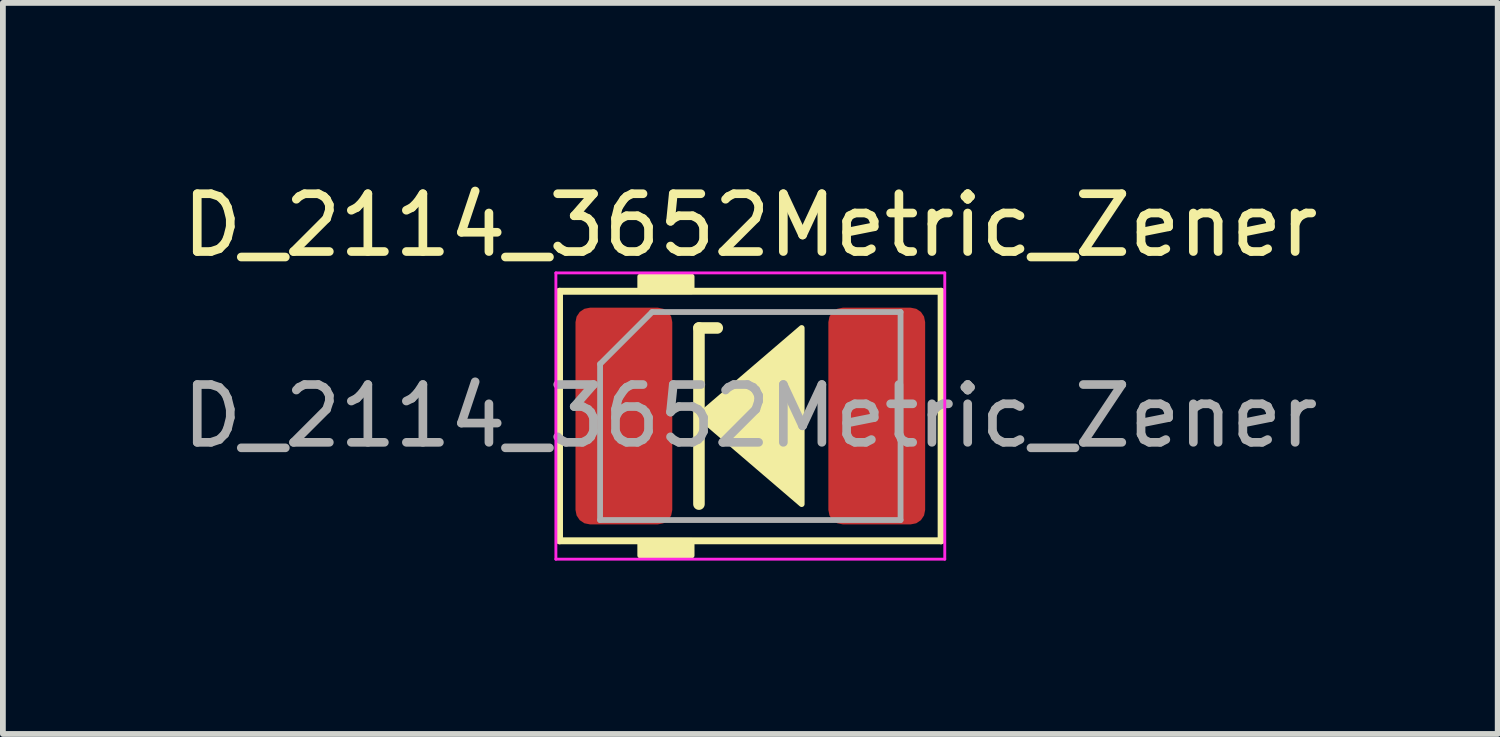
<source format=kicad_pcb>
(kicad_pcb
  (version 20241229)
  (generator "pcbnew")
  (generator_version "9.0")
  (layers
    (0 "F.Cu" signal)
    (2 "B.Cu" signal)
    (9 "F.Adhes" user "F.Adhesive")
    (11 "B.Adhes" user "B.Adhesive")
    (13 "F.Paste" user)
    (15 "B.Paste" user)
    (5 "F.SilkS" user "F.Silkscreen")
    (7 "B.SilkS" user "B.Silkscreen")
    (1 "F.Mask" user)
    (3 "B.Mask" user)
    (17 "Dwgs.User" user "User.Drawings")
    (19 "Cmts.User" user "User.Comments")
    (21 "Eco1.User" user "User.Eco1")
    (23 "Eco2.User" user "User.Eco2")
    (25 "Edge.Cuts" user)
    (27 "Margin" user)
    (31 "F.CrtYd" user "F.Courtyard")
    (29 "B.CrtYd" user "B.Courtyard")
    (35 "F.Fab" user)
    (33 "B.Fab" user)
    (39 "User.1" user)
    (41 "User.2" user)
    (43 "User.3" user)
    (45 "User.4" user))
  (footprint "D_2114_3652Metric_Zener"
    (layer "F.Cu")
    (at 9.935 4.15)
    (property "Reference" "D_2114_3652Metric_Zener" (at 0 -3.302 0) (layer "F.SilkS") (effects (font (size 1 1) (thickness 0.15))))
    (attr smd)
    (fp_line (start -3.302 -2.159) (end -3.302 2.159) (stroke (width 0.12) (type solid)) (layer "F.SilkS"))
    (fp_line (start -3.302 2.159) (end 3.302 2.159) (stroke (width 0.12) (type solid)) (layer "F.SilkS"))
    (fp_line (start -0.889 -1.524) (end -0.889 1.524) (stroke (width 0.2) (type solid)) (layer "F.SilkS"))
    (fp_line (start -0.889 -1.524) (end -0.572 -1.524) (stroke (width 0.2) (type solid)) (layer "F.SilkS"))
    (fp_line (start 3.302 -2.159) (end -3.302 -2.159) (stroke (width 0.12) (type solid)) (layer "F.SilkS"))
    (fp_line (start 3.302 2.159) (end 3.302 -2.159) (stroke (width 0.12) (type solid)) (layer "F.SilkS"))
    (fp_poly (pts (xy 0.889 1.524) (xy -0.889 0) (xy 0.889 -1.524)) (stroke (width 0.1) (type solid)) (fill yes) (layer "F.SilkS"))
    (fp_poly (pts (xy -1.016 -2.159) (xy -1.905 -2.159) (xy -1.905 -2.413) (xy -1.016 -2.413)) (stroke (width 0.1) (type solid)) (fill yes) (layer "F.SilkS"))
    (fp_poly (pts (xy -1.016 2.413) (xy -1.905 2.413) (xy -1.905 2.159) (xy -1.016 2.159)) (stroke (width 0.1) (type solid)) (fill yes) (layer "F.SilkS"))
    (fp_line (start -3.365 -2.477) (end 3.365 -2.477) (stroke (width 0.05) (type solid)) (layer "F.CrtYd"))
    (fp_line (start -3.365 2.477) (end -3.365 -2.477) (stroke (width 0.05) (type solid)) (layer "F.CrtYd"))
    (fp_line (start 3.365 -2.477) (end 3.365 2.477) (stroke (width 0.05) (type solid)) (layer "F.CrtYd"))
    (fp_line (start 3.365 2.477) (end -3.365 2.477) (stroke (width 0.05) (type solid)) (layer "F.CrtYd"))
    (fp_line (start -2.6 -0.9) (end -2.6 1.8) (stroke (width 0.1) (type solid)) (layer "F.Fab"))
    (fp_line (start -2.6 1.8) (end 2.6 1.8) (stroke (width 0.1) (type solid)) (layer "F.Fab"))
    (fp_line (start -1.7 -1.8) (end -2.6 -0.9) (stroke (width 0.1) (type solid)) (layer "F.Fab"))
    (fp_line (start 2.6 -1.8) (end -1.7 -1.8) (stroke (width 0.1) (type solid)) (layer "F.Fab"))
    (fp_line (start 2.6 1.8) (end 2.6 -1.8) (stroke (width 0.1) (type solid)) (layer "F.Fab"))
    (fp_text user "${REFERENCE}" (at 0 0 0) (layer "F.Fab") (effects (font (size 1 1) (thickness 0.15))))
    (pad "1" smd roundrect (at -2.188 0) (size 1.675 3.75) (layers "F.Cu" "F.Mask" "F.Paste") (roundrect_rratio 0.149))
    (pad "2" smd roundrect (at 2.188 0) (size 1.675 3.75) (layers "F.Cu" "F.Mask" "F.Paste") (roundrect_rratio 0.149)))
  (gr_rect
    (start -3 -3)
    (end 22.869 9.652)
    (stroke (width 0.1) (type default))
    (fill no)
    (layer "Edge.Cuts")))
</source>
